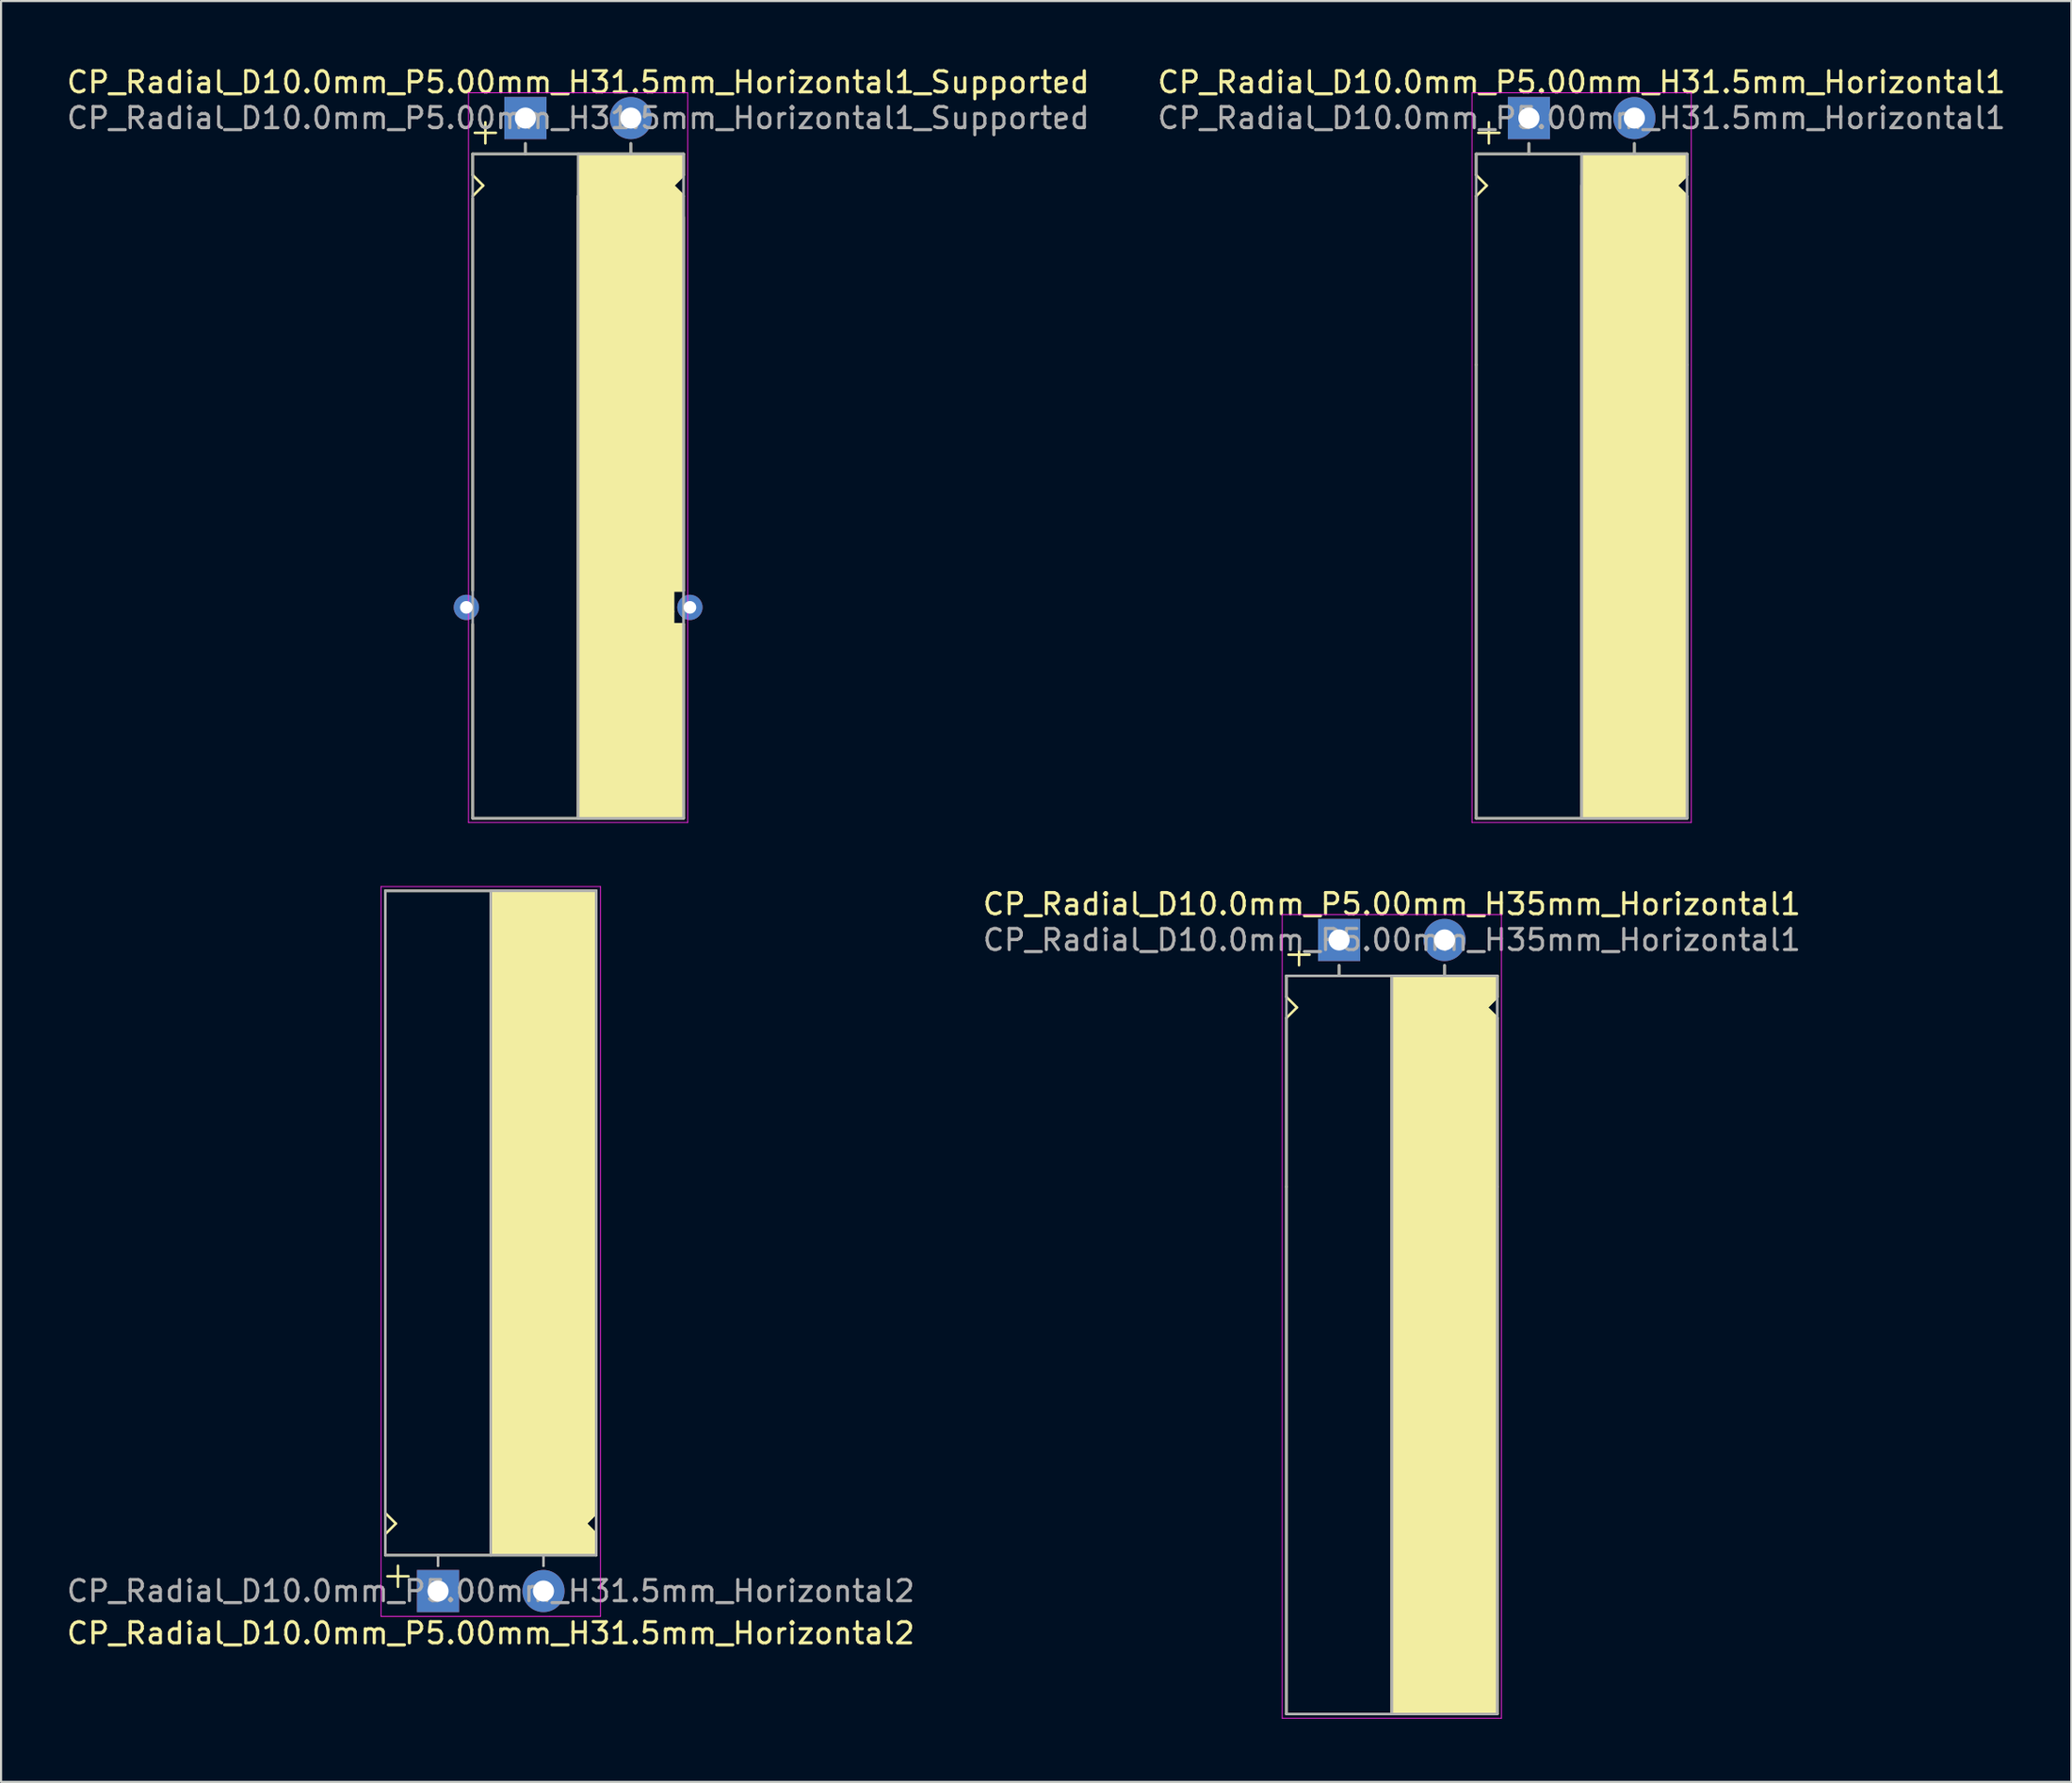
<source format=kicad_pcb>
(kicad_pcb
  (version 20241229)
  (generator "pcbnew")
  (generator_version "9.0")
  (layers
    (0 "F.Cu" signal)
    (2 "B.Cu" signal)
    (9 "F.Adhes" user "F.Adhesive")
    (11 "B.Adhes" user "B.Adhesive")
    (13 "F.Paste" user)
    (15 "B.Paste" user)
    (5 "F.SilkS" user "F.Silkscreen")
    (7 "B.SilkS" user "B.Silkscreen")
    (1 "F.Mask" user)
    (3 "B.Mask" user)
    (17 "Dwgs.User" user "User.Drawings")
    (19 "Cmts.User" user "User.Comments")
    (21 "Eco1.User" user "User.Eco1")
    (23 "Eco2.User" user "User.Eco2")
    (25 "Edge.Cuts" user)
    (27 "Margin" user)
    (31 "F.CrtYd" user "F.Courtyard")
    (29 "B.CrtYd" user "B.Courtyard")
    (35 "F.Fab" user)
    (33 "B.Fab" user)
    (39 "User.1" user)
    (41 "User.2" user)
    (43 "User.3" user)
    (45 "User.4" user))
  (footprint "CP_Radial_D10.0mm_P5.00mm_H35mm_Horizontal1"
    (layer "F.Cu")
    (at 60.446 41.517)
    (property "Reference" "CP_Radial_D10.0mm_P5.00mm_H35mm_Horizontal1" (at 2.5 -1.7 0) (layer "F.SilkS") (effects (font (size 1 1) (thickness 0.15))))
    (attr through_hole)
    (fp_line (start -2.5 1.7) (end -2.5 2.7) (stroke (width 0.12) (type solid)) (layer "F.SilkS"))
    (fp_line (start -2.5 2.7) (end -2 3.2) (stroke (width 0.12) (type solid)) (layer "F.SilkS"))
    (fp_line (start -2.5 3.7) (end -2.5 11.7) (stroke (width 0.12) (type solid)) (layer "F.SilkS"))
    (fp_line (start -2.5 11.7) (end -2.5 36.7) (stroke (width 0.12) (type solid)) (layer "F.SilkS"))
    (fp_line (start -2.5 36.7) (end 7.5 36.7) (stroke (width 0.12) (type solid)) (layer "F.SilkS"))
    (fp_line (start -2 3.2) (end -2.5 3.7) (stroke (width 0.12) (type solid)) (layer "F.SilkS"))
    (fp_line (start -1.9 0.2) (end -1.9 1.2) (stroke (width 0.12) (type solid)) (layer "F.SilkS"))
    (fp_line (start -1.4 0.7) (end -2.4 0.7) (stroke (width 0.12) (type solid)) (layer "F.SilkS"))
    (fp_line (start 0 1.7) (end 0 1.2) (stroke (width 0.12) (type solid)) (layer "F.SilkS"))
    (fp_line (start 2.5 1.7) (end -2.5 1.7) (stroke (width 0.12) (type solid)) (layer "F.SilkS"))
    (fp_line (start 2.5 36.7) (end 2.5 1.7) (stroke (width 0.12) (type solid)) (layer "F.SilkS"))
    (fp_line (start 5 1.7) (end 5 1.2) (stroke (width 0.12) (type solid)) (layer "F.SilkS"))
    (fp_line (start 7 3.2) (end 7.5 3.7) (stroke (width 0.12) (type solid)) (layer "F.SilkS"))
    (fp_line (start 7.5 1.7) (end 2.5 1.7) (stroke (width 0.12) (type solid)) (layer "F.SilkS"))
    (fp_line (start 7.5 1.7) (end 7.5 2.7) (stroke (width 0.12) (type solid)) (layer "F.SilkS"))
    (fp_line (start 7.5 2.7) (end 7 3.2) (stroke (width 0.12) (type solid)) (layer "F.SilkS"))
    (fp_line (start 7.5 3.7) (end 7.5 11.7) (stroke (width 0.12) (type solid)) (layer "F.SilkS"))
    (fp_line (start 7.5 11.7) (end 7.5 36.7) (stroke (width 0.12) (type solid)) (layer "F.SilkS"))
    (fp_poly (pts (xy 7.5 2.7) (xy 7 3.2) (xy 7.5 3.7) (xy 7.5 36.7) (xy 2.5 36.7) (xy 2.5 1.7) (xy 7.5 1.7)) (stroke (width 0.1) (type solid)) (fill yes) (layer "F.SilkS"))
    (fp_line (start -2.7 -1.2) (end 5.3 -1.2) (stroke (width 0.04) (type solid)) (layer "F.CrtYd"))
    (fp_line (start -2.7 36.9) (end -2.7 -1.2) (stroke (width 0.04) (type solid)) (layer "F.CrtYd"))
    (fp_line (start 5.3 -1.2) (end 7.7 -1.2) (stroke (width 0.04) (type solid)) (layer "F.CrtYd"))
    (fp_line (start 7.7 -1.2) (end 7.7 36.9) (stroke (width 0.04) (type solid)) (layer "F.CrtYd"))
    (fp_line (start 7.7 36.9) (end -2.7 36.9) (stroke (width 0.04) (type solid)) (layer "F.CrtYd"))
    (fp_line (start -2.5 1.7) (end -2.5 36.7) (stroke (width 0.12) (type solid)) (layer "F.Fab"))
    (fp_line (start -2.5 36.7) (end 7.5 36.7) (stroke (width 0.12) (type solid)) (layer "F.Fab"))
    (fp_line (start 0 1.7) (end 0 1.2) (stroke (width 0.12) (type solid)) (layer "F.Fab"))
    (fp_line (start 2.5 1.7) (end 2.5 36.7) (stroke (width 0.12) (type solid)) (layer "F.Fab"))
    (fp_line (start 5 1.7) (end 5 1.2) (stroke (width 0.12) (type solid)) (layer "F.Fab"))
    (fp_line (start 7.5 1.7) (end -2.5 1.7) (stroke (width 0.12) (type solid)) (layer "F.Fab"))
    (fp_line (start 7.5 36.7) (end 7.5 1.7) (stroke (width 0.12) (type solid)) (layer "F.Fab"))
    (fp_poly (pts (xy 7.5 36.7) (xy 2.5 36.7) (xy 2.5 1.7) (xy 7.5 1.7)) (stroke (width 0.1) (type solid)) (fill no) (layer "F.Fab"))
    (fp_text user "${REFERENCE}" (at 2.5 0 0) (layer "F.Fab") (effects (font (size 1 1) (thickness 0.15))))
    (pad "1" thru_hole rect (at 0 0) (size 2 2) (drill 1) (layers "*.Cu" "*.Mask"))
    (pad "2" thru_hole circle (at 5 0) (size 2 2) (drill 1) (layers "*.Cu" "*.Mask")))
  (footprint "CP_Radial_D10.0mm_P5.00mm_H31.5mm_Horizontal1"
    (layer "F.Cu")
    (at 69.446 2.548)
    (property "Reference" "CP_Radial_D10.0mm_P5.00mm_H31.5mm_Horizontal1" (at 2.5 -1.7 0) (layer "F.SilkS") (effects (font (size 1 1) (thickness 0.15))))
    (attr through_hole)
    (fp_line (start -2.5 1.7) (end -2.5 2.7) (stroke (width 0.12) (type solid)) (layer "F.SilkS"))
    (fp_line (start -2.5 2.7) (end -2 3.2) (stroke (width 0.12) (type solid)) (layer "F.SilkS"))
    (fp_line (start -2.5 3.7) (end -2.5 11.7) (stroke (width 0.12) (type solid)) (layer "F.SilkS"))
    (fp_line (start -2.5 11.7) (end -2.5 33.2) (stroke (width 0.12) (type solid)) (layer "F.SilkS"))
    (fp_line (start -2.5 33.2) (end 7.5 33.2) (stroke (width 0.12) (type solid)) (layer "F.SilkS"))
    (fp_line (start -2 3.2) (end -2.5 3.7) (stroke (width 0.12) (type solid)) (layer "F.SilkS"))
    (fp_line (start -1.9 0.2) (end -1.9 1.2) (stroke (width 0.12) (type solid)) (layer "F.SilkS"))
    (fp_line (start -1.4 0.7) (end -2.4 0.7) (stroke (width 0.12) (type solid)) (layer "F.SilkS"))
    (fp_line (start 0 1.7) (end 0 1.2) (stroke (width 0.12) (type solid)) (layer "F.SilkS"))
    (fp_line (start 2.5 1.7) (end -2.5 1.7) (stroke (width 0.12) (type solid)) (layer "F.SilkS"))
    (fp_line (start 2.5 33.2) (end 2.5 3.2) (stroke (width 0.12) (type solid)) (layer "F.SilkS"))
    (fp_line (start 5 1.7) (end 5 1.2) (stroke (width 0.12) (type solid)) (layer "F.SilkS"))
    (fp_line (start 7 3.2) (end 7.5 3.7) (stroke (width 0.12) (type solid)) (layer "F.SilkS"))
    (fp_line (start 7.5 1.7) (end 2.5 1.7) (stroke (width 0.12) (type solid)) (layer "F.SilkS"))
    (fp_line (start 7.5 1.7) (end 7.5 2.7) (stroke (width 0.12) (type solid)) (layer "F.SilkS"))
    (fp_line (start 7.5 2.7) (end 7 3.2) (stroke (width 0.12) (type solid)) (layer "F.SilkS"))
    (fp_line (start 7.5 3.7) (end 7.5 11.7) (stroke (width 0.12) (type solid)) (layer "F.SilkS"))
    (fp_line (start 7.5 11.7) (end 7.5 33.2) (stroke (width 0.12) (type solid)) (layer "F.SilkS"))
    (fp_poly (pts (xy 7.5 2.7) (xy 7 3.2) (xy 7.5 3.7) (xy 7.5 33.2) (xy 2.5 33.2) (xy 2.5 1.7) (xy 7.5 1.7)) (stroke (width 0.1) (type solid)) (fill yes) (layer "F.SilkS"))
    (fp_line (start -2.7 -1.2) (end 5.3 -1.2) (stroke (width 0.04) (type solid)) (layer "F.CrtYd"))
    (fp_line (start -2.7 33.4) (end -2.7 -1.2) (stroke (width 0.04) (type solid)) (layer "F.CrtYd"))
    (fp_line (start 5.3 -1.2) (end 7.7 -1.2) (stroke (width 0.04) (type solid)) (layer "F.CrtYd"))
    (fp_line (start 7.7 -1.2) (end 7.7 33.4) (stroke (width 0.04) (type solid)) (layer "F.CrtYd"))
    (fp_line (start 7.7 33.4) (end -2.7 33.4) (stroke (width 0.04) (type solid)) (layer "F.CrtYd"))
    (fp_line (start -2.5 1.7) (end -2.5 33.2) (stroke (width 0.12) (type solid)) (layer "F.Fab"))
    (fp_line (start -2.5 33.2) (end 7.5 33.2) (stroke (width 0.12) (type solid)) (layer "F.Fab"))
    (fp_line (start 0 1.7) (end 0 1.2) (stroke (width 0.12) (type solid)) (layer "F.Fab"))
    (fp_line (start 2.5 1.7) (end 2.5 33.2) (stroke (width 0.12) (type solid)) (layer "F.Fab"))
    (fp_line (start 5 1.7) (end 5 1.2) (stroke (width 0.12) (type solid)) (layer "F.Fab"))
    (fp_line (start 7.5 1.7) (end -2.5 1.7) (stroke (width 0.12) (type solid)) (layer "F.Fab"))
    (fp_line (start 7.5 33.2) (end 7.5 1.7) (stroke (width 0.12) (type solid)) (layer "F.Fab"))
    (fp_poly (pts (xy 7.5 33.2) (xy 2.5 33.2) (xy 2.5 1.7) (xy 7.5 1.7)) (stroke (width 0.1) (type solid)) (fill no) (layer "F.Fab"))
    (fp_text user "${REFERENCE}" (at 2.5 0 0) (layer "F.Fab") (effects (font (size 1 1) (thickness 0.15))))
    (pad "1" thru_hole rect (at 0 0) (size 2 2) (drill 1) (layers "*.Cu" "*.Mask"))
    (pad "2" thru_hole circle (at 5 0) (size 2 2) (drill 1) (layers "*.Cu" "*.Mask")))
  (footprint "CP_Radial_D10.0mm_P5.00mm_H31.5mm_Horizontal2"
    (layer "F.Cu")
    (at 17.72 72.388)
    (property "Reference" "CP_Radial_D10.0mm_P5.00mm_H31.5mm_Horizontal2" (at 2.5 2 0) (layer "F.SilkS") (effects (font (size 1 1) (thickness 0.15))))
    (attr through_hole)
    (fp_line (start -2.5 -33.2) (end 7.5 -33.2) (stroke (width 0.12) (type solid)) (layer "F.SilkS"))
    (fp_line (start -2.5 -11.7) (end -2.5 -33.2) (stroke (width 0.12) (type solid)) (layer "F.SilkS"))
    (fp_line (start -2.5 -3.7) (end -2.5 -11.7) (stroke (width 0.12) (type solid)) (layer "F.SilkS"))
    (fp_line (start -2.5 -2.7) (end -2 -3.2) (stroke (width 0.12) (type solid)) (layer "F.SilkS"))
    (fp_line (start -2.5 -1.7) (end -2.5 -2.7) (stroke (width 0.12) (type solid)) (layer "F.SilkS"))
    (fp_line (start -2 -3.2) (end -2.5 -3.7) (stroke (width 0.12) (type solid)) (layer "F.SilkS"))
    (fp_line (start -1.9 -1.2) (end -1.9 -0.2) (stroke (width 0.12) (type solid)) (layer "F.SilkS"))
    (fp_line (start -1.4 -0.7) (end -2.4 -0.7) (stroke (width 0.12) (type solid)) (layer "F.SilkS"))
    (fp_line (start 0 -1.7) (end 0 -1.2) (stroke (width 0.12) (type solid)) (layer "F.SilkS"))
    (fp_line (start 2.5 -33.2) (end 2.5 -3.2) (stroke (width 0.12) (type solid)) (layer "F.SilkS"))
    (fp_line (start 2.5 -1.7) (end -2.5 -1.7) (stroke (width 0.12) (type solid)) (layer "F.SilkS"))
    (fp_line (start 5 -1.7) (end 5 -1.2) (stroke (width 0.12) (type solid)) (layer "F.SilkS"))
    (fp_line (start 7 -3.2) (end 7.5 -3.7) (stroke (width 0.12) (type solid)) (layer "F.SilkS"))
    (fp_line (start 7.5 -11.7) (end 7.5 -33.2) (stroke (width 0.12) (type solid)) (layer "F.SilkS"))
    (fp_line (start 7.5 -3.7) (end 7.5 -11.7) (stroke (width 0.12) (type solid)) (layer "F.SilkS"))
    (fp_line (start 7.5 -2.7) (end 7 -3.2) (stroke (width 0.12) (type solid)) (layer "F.SilkS"))
    (fp_line (start 7.5 -1.7) (end 2.5 -1.7) (stroke (width 0.12) (type solid)) (layer "F.SilkS"))
    (fp_line (start 7.5 -1.7) (end 7.5 -2.7) (stroke (width 0.12) (type solid)) (layer "F.SilkS"))
    (fp_poly (pts (xy 7.5 -2.7) (xy 7 -3.2) (xy 7.5 -3.7) (xy 7.5 -33.2) (xy 2.5 -33.2) (xy 2.5 -1.7) (xy 7.5 -1.7)) (stroke (width 0.1) (type solid)) (fill yes) (layer "F.SilkS"))
    (fp_line (start -2.7 -33.4) (end -2.7 1.2) (stroke (width 0.04) (type solid)) (layer "F.CrtYd"))
    (fp_line (start -2.7 1.2) (end 5.3 1.2) (stroke (width 0.04) (type solid)) (layer "F.CrtYd"))
    (fp_line (start 5.3 1.2) (end 7.7 1.2) (stroke (width 0.04) (type solid)) (layer "F.CrtYd"))
    (fp_line (start 7.7 -33.4) (end -2.7 -33.4) (stroke (width 0.04) (type solid)) (layer "F.CrtYd"))
    (fp_line (start 7.7 1.2) (end 7.7 -33.4) (stroke (width 0.04) (type solid)) (layer "F.CrtYd"))
    (fp_line (start -2.5 -33.2) (end 7.5 -33.2) (stroke (width 0.12) (type solid)) (layer "F.Fab"))
    (fp_line (start -2.5 -1.7) (end -2.5 -33.2) (stroke (width 0.12) (type solid)) (layer "F.Fab"))
    (fp_line (start 0 -1.7) (end 0 -1.2) (stroke (width 0.12) (type solid)) (layer "F.Fab"))
    (fp_line (start 2.5 -1.7) (end 2.5 -33.2) (stroke (width 0.12) (type solid)) (layer "F.Fab"))
    (fp_line (start 5 -1.7) (end 5 -1.2) (stroke (width 0.12) (type solid)) (layer "F.Fab"))
    (fp_line (start 7.5 -33.2) (end 7.5 -1.7) (stroke (width 0.12) (type solid)) (layer "F.Fab"))
    (fp_line (start 7.5 -1.7) (end -2.5 -1.7) (stroke (width 0.12) (type solid)) (layer "F.Fab"))
    (fp_poly (pts (xy 7.5 -33.2) (xy 2.5 -33.2) (xy 2.5 -1.7) (xy 7.5 -1.7)) (stroke (width 0.1) (type solid)) (fill no) (layer "F.Fab"))
    (fp_text user "${REFERENCE}" (at 2.5 0 0) (layer "F.Fab") (effects (font (size 1 1) (thickness 0.15))))
    (pad "1" thru_hole rect (at 0 0) (size 2 2) (drill 1) (layers "*.Cu" "*.Mask"))
    (pad "2" thru_hole circle (at 5 0) (size 2 2) (drill 1) (layers "*.Cu" "*.Mask")))
  (footprint "CP_Radial_D10.0mm_P5.00mm_H31.5mm_Horizontal1_Supported"
    (layer "F.Cu")
    (at 21.863 2.548)
    (property "Reference" "CP_Radial_D10.0mm_P5.00mm_H31.5mm_Horizontal1_Supported" (at 2.5 -1.7 0) (layer "F.SilkS") (effects (font (size 1 1) (thickness 0.15))))
    (attr through_hole)
    (fp_line (start -2.5 1.7) (end -2.5 2.7) (stroke (width 0.12) (type solid)) (layer "F.SilkS"))
    (fp_line (start -2.5 2.7) (end -2 3.2) (stroke (width 0.12) (type solid)) (layer "F.SilkS"))
    (fp_line (start -2.5 3.8) (end -2.5 22.4) (stroke (width 0.12) (type solid)) (layer "F.SilkS"))
    (fp_line (start -2.5 24) (end -2.5 33.2) (stroke (width 0.12) (type solid)) (layer "F.SilkS"))
    (fp_line (start -2.5 33.2) (end 7.5 33.2) (stroke (width 0.12) (type solid)) (layer "F.SilkS"))
    (fp_line (start -2 3.2) (end -2.5 3.7) (stroke (width 0.12) (type solid)) (layer "F.SilkS"))
    (fp_line (start -1.9 0.2) (end -1.9 1.2) (stroke (width 0.12) (type solid)) (layer "F.SilkS"))
    (fp_line (start -1.4 0.7) (end -2.4 0.7) (stroke (width 0.12) (type solid)) (layer "F.SilkS"))
    (fp_line (start 0 1.7) (end 0 1.2) (stroke (width 0.12) (type solid)) (layer "F.SilkS"))
    (fp_line (start 2.5 1.7) (end -2.5 1.7) (stroke (width 0.12) (type solid)) (layer "F.SilkS"))
    (fp_line (start 2.5 33.2) (end 2.5 3.7) (stroke (width 0.12) (type solid)) (layer "F.SilkS"))
    (fp_line (start 5 1.7) (end 5 1.2) (stroke (width 0.12) (type solid)) (layer "F.SilkS"))
    (fp_line (start 7 3.2) (end 7.5 3.7) (stroke (width 0.12) (type solid)) (layer "F.SilkS"))
    (fp_line (start 7 22.4) (end 7.5 22.4) (stroke (width 0.12) (type solid)) (layer "F.SilkS"))
    (fp_line (start 7 23.4) (end 7 22.4) (stroke (width 0.12) (type solid)) (layer "F.SilkS"))
    (fp_line (start 7 24) (end 7 23.4) (stroke (width 0.12) (type solid)) (layer "F.SilkS"))
    (fp_line (start 7.5 1.7) (end 2.5 1.7) (stroke (width 0.12) (type solid)) (layer "F.SilkS"))
    (fp_line (start 7.5 1.7) (end 7.5 2.7) (stroke (width 0.12) (type solid)) (layer "F.SilkS"))
    (fp_line (start 7.5 2.7) (end 7 3.2) (stroke (width 0.12) (type solid)) (layer "F.SilkS"))
    (fp_line (start 7.5 4.7) (end 7.5 22.4) (stroke (width 0.12) (type solid)) (layer "F.SilkS"))
    (fp_line (start 7.5 24) (end 7 24) (stroke (width 0.12) (type solid)) (layer "F.SilkS"))
    (fp_line (start 7.5 24) (end 7.5 33.2) (stroke (width 0.12) (type solid)) (layer "F.SilkS"))
    (fp_poly (pts (xy 7.5 2.7) (xy 7 3.2) (xy 7.5 3.7) (xy 7.5 22.4) (xy 7 22.4) (xy 7 24) (xy 7.5 24) (xy 7.5 33.2) (xy 2.5 33.2) (xy 2.5 1.7) (xy 7.5 1.7)) (stroke (width 0.1) (type solid)) (fill yes) (layer "F.SilkS"))
    (fp_line (start -2.7 -1.2) (end 5.3 -1.2) (stroke (width 0.04) (type solid)) (layer "F.CrtYd"))
    (fp_line (start -2.7 33.4) (end -2.7 -1.2) (stroke (width 0.04) (type solid)) (layer "F.CrtYd"))
    (fp_line (start 5.3 -1.2) (end 7.7 -1.2) (stroke (width 0.04) (type solid)) (layer "F.CrtYd"))
    (fp_line (start 7.7 -1.2) (end 7.7 33.4) (stroke (width 0.04) (type solid)) (layer "F.CrtYd"))
    (fp_line (start 7.7 33.4) (end -2.7 33.4) (stroke (width 0.04) (type solid)) (layer "F.CrtYd"))
    (fp_line (start -2.5 1.7) (end -2.5 33.2) (stroke (width 0.12) (type solid)) (layer "F.Fab"))
    (fp_line (start -2.5 33.2) (end 7.5 33.2) (stroke (width 0.12) (type solid)) (layer "F.Fab"))
    (fp_line (start 0 1.7) (end 0 1.2) (stroke (width 0.12) (type solid)) (layer "F.Fab"))
    (fp_line (start 2.5 3.7) (end 2.5 33.2) (stroke (width 0.12) (type solid)) (layer "F.Fab"))
    (fp_line (start 5 1.7) (end 5 1.2) (stroke (width 0.12) (type solid)) (layer "F.Fab"))
    (fp_line (start 7.5 1.7) (end -2.5 1.7) (stroke (width 0.12) (type solid)) (layer "F.Fab"))
    (fp_line (start 7.5 33.2) (end 7.5 1.7) (stroke (width 0.12) (type solid)) (layer "F.Fab"))
    (fp_poly (pts (xy 7.5 33.2) (xy 2.5 33.2) (xy 2.5 1.7) (xy 7.5 1.7)) (stroke (width 0.1) (type solid)) (fill no) (layer "F.Fab"))
    (fp_text user "${REFERENCE}" (at 2.5 0 0) (layer "F.Fab") (effects (font (size 1 1) (thickness 0.15))))
    (pad "" thru_hole circle (at -2.8 23.2) (size 1.2 1.2) (drill 0.6) (layers "*.Cu" "*.Mask"))
    (pad "" thru_hole circle (at 7.8 23.2) (size 1.2 1.2) (drill 0.6) (layers "*.Cu" "*.Mask"))
    (pad "1" thru_hole rect (at 0 0) (size 2 2) (drill 1) (layers "*.Cu" "*.Mask"))
    (pad "2" thru_hole circle (at 5 0) (size 2 2) (drill 1) (layers "*.Cu" "*.Mask")))
  (gr_rect
    (start -3 -3)
    (end 95.167 81.436)
    (stroke (width 0.1) (type default))
    (fill no)
    (layer "Edge.Cuts")))
</source>
